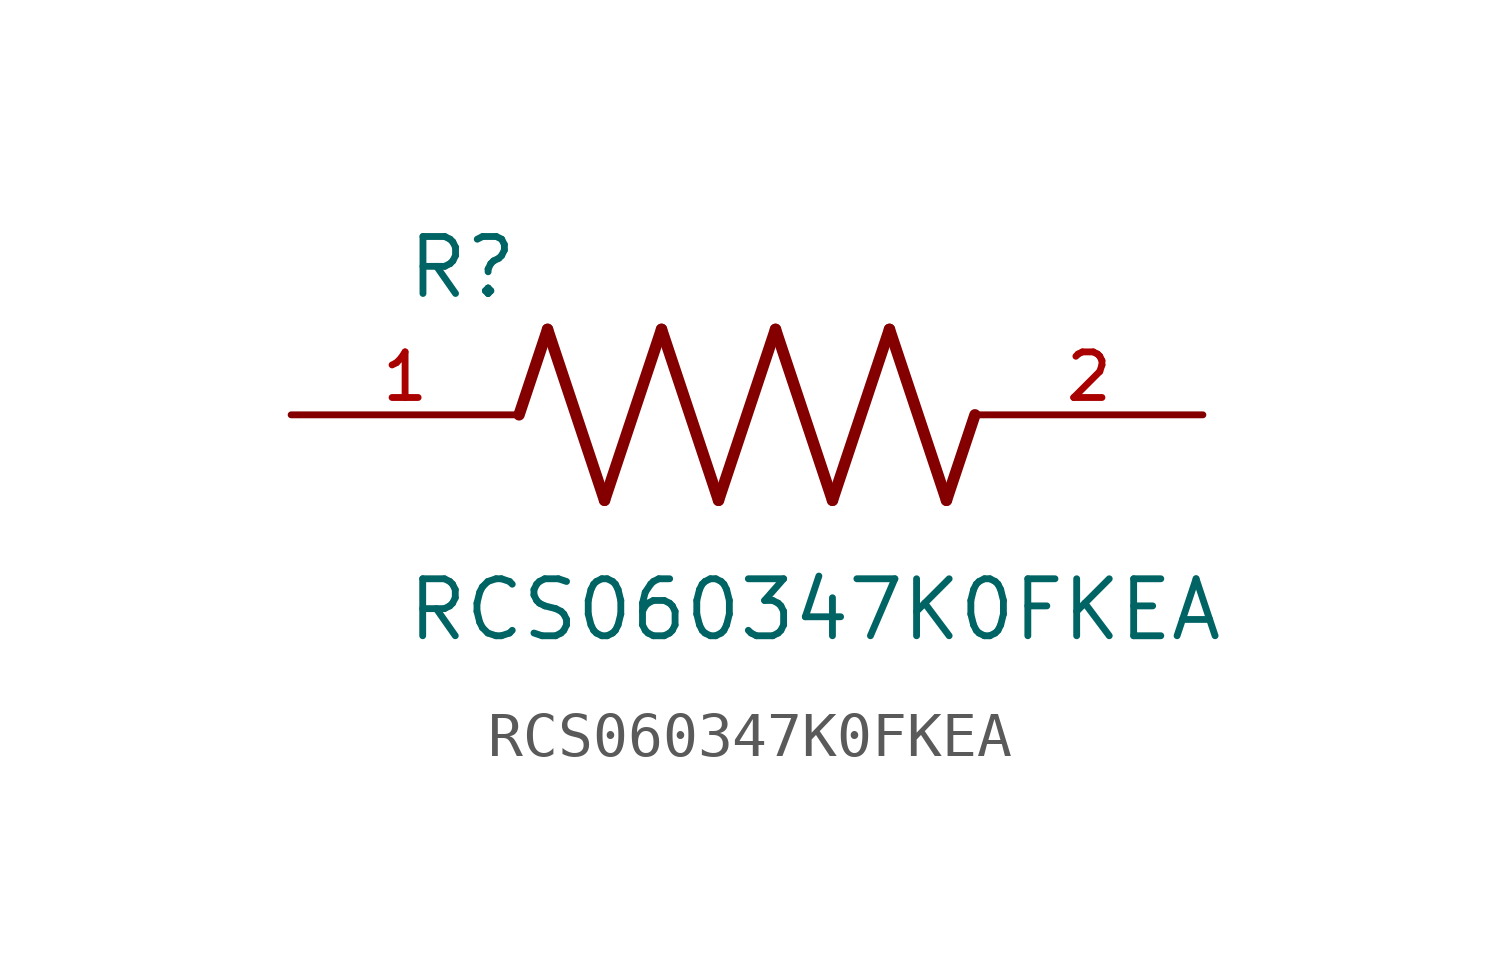
<source format=kicad_sym>
(kicad_symbol_lib
  (version 20211014)
  (generator kicad_symbol_editor)
  (symbol "RCS060347K0FKEA"
    (pin_names
      (offset 1.016))
    (property "Reference" "R"
      (at -7.624 2.541 0)
      (effects (font (size 1.27 1.27)) (justify bottom left)))
    (property "Value" "RCS060347K0FKEA"
      (at -7.63 -5.087 0)
      (effects (font (size 1.27 1.27)) (justify bottom left)))
    (symbol "RCS060347K0FKEA_0_0"
      (polyline (pts (xy -5.08 0.0) (xy -4.445 1.905)) (stroke (width 0.254)))
      (polyline (pts (xy -4.445 1.905) (xy -3.175 -1.905)) (stroke (width 0.254)))
      (polyline (pts (xy -3.175 -1.905) (xy -1.905 1.905)) (stroke (width 0.254)))
      (polyline (pts (xy -1.905 1.905) (xy -0.635 -1.905)) (stroke (width 0.254)))
      (polyline (pts (xy -0.635 -1.905) (xy 0.635 1.905)) (stroke (width 0.254)))
      (polyline (pts (xy 0.635 1.905) (xy 1.905 -1.905)) (stroke (width 0.254)))
      (polyline (pts (xy 1.905 -1.905) (xy 3.175 1.905)) (stroke (width 0.254)))
      (polyline (pts (xy 3.175 1.905) (xy 4.445 -1.905)) (stroke (width 0.254)))
      (polyline (pts (xy 4.445 -1.905) (xy 5.08 0.0)) (stroke (width 0.254)))
      (pin passive line (at -10.16 0.0 0) (length 5.08) (name "~" (effects (font (size 1.016 1.016)))) (number "1" (effects (font (size 1.016 1.016)))))
      (pin passive line (at 10.16 0.0 180.0) (length 5.08) (name "~" (effects (font (size 1.016 1.016)))) (number "2" (effects (font (size 1.016 1.016))))))))
</source>
